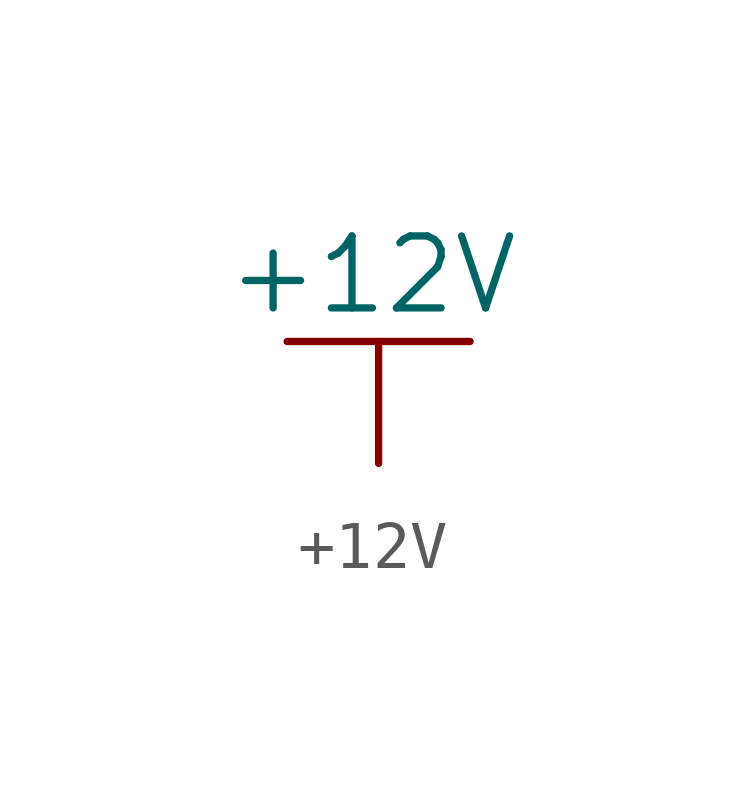
<source format=kicad_sym>
(kicad_symbol_lib
  (version 20211014)
  (generator kicad_symbol_editor)
  (symbol "+12V"
    (power)
    (pin_names
      (offset 1.016))
    (property "Reference" "#SUPPLY"
      (at 0 0 0)
      (effects (font (size 1.27 1.27)) hide))
    (property "Value" "+12V"
      (at -0.127 3.048 0)
      (effects (font (size 1.499 1.499)) (justify bottom)))
    (property "ki_locked" ""
      (at 0 0 0)
      (effects (font (size 1.27 1.27))))
    (symbol "+12V_1_0"
      (polyline (pts (xy 1.905 2.54) (xy -1.905 2.54)) (stroke (width 0) (type default) (color 0 0 0 0)) (fill (type none)))
      (pin power_in line (at 0 0 90) (length 2.54) (name "+12V" (effects (font (size 0 0)))) (number "1" (effects (font (size 0 0))))))))
</source>
